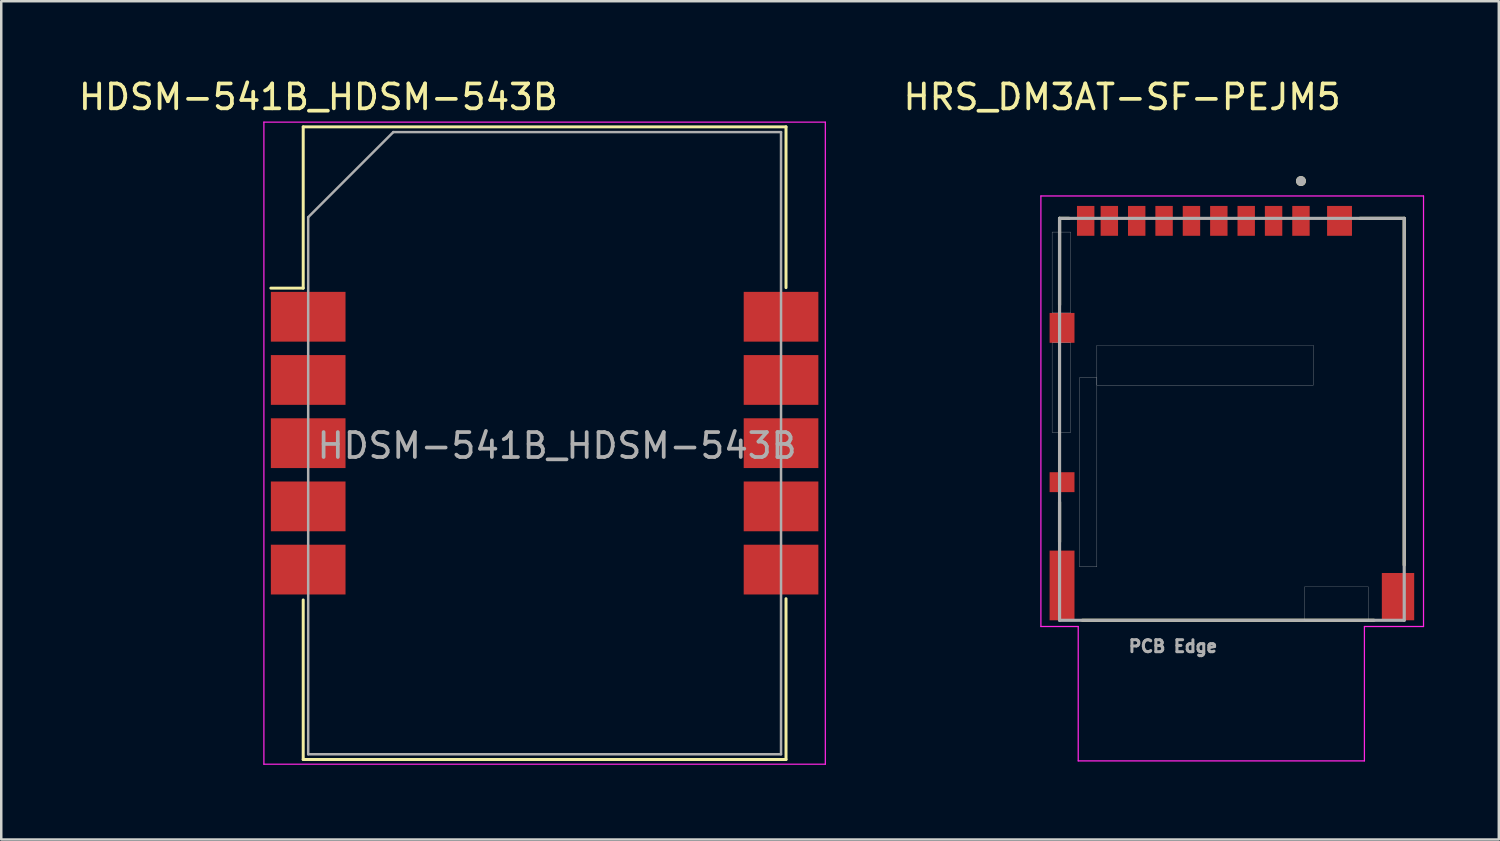
<source format=kicad_pcb>
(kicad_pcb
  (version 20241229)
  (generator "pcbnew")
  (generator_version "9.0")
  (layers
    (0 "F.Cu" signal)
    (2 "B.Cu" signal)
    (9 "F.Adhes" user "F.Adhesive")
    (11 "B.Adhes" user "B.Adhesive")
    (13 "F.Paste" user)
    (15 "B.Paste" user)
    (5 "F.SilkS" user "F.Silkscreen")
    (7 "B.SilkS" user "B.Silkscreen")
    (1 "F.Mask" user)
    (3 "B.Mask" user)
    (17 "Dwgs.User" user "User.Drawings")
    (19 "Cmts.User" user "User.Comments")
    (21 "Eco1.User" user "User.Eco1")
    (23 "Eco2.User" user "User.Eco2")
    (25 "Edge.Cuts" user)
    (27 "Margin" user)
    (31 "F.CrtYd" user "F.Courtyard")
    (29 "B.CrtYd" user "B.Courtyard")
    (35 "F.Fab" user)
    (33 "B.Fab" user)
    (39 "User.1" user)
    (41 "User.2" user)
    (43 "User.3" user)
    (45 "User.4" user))
  (footprint "HRS_DM3AT-SF-PEJM5"
    (layer "F.Cu")
    (at 46.451 13.8)
    (property "Reference" "HRS_DM3AT-SF-PEJM5" (at -4.412 -12.951 0) (layer "F.SilkS") (effects (font (size 1.002 1.002) (thickness 0.15))))
    (attr smd)
    (fp_line (start -6.925 -8.075) (end -6.545 -8.075) (stroke (width 0.127) (type solid)) (layer "F.SilkS"))
    (fp_line (start -6.925 -4.595) (end -6.925 -8.075) (stroke (width 0.127) (type solid)) (layer "F.SilkS"))
    (fp_line (start -6.925 4.925) (end -6.925 3.325) (stroke (width 0.127) (type solid)) (layer "F.SilkS"))
    (fp_line (start -6.005 8.075) (end 5.705 8.075) (stroke (width 0.127) (type solid)) (layer "F.SilkS"))
    (fp_line (start 5.145 -8.075) (end 6.925 -8.075) (stroke (width 0.127) (type solid)) (layer "F.SilkS"))
    (fp_line (start 6.925 -8.075) (end 6.925 5.855) (stroke (width 0.127) (type solid)) (layer "F.SilkS"))
    (fp_circle (center 2.775 -9.575) (end 2.875 -9.575) (stroke (width 0.2) (type solid)) (fill no) (layer "F.SilkS"))
    (fp_poly (pts (xy -7.225 -7.525) (xy -6.475 -7.525) (xy -6.475 -4.275) (xy -7.225 -4.275)) (stroke (width 0.01) (type solid)) (fill no) (layer "Dwgs.User"))
    (fp_poly (pts (xy -7.225 -3.075) (xy -6.475 -3.075) (xy -6.475 0.525) (xy -7.225 0.525)) (stroke (width 0.01) (type solid)) (fill no) (layer "Dwgs.User"))
    (fp_poly (pts (xy -6.125 -1.675) (xy -5.425 -1.675) (xy -5.425 5.925) (xy -6.125 5.925)) (stroke (width 0.01) (type solid)) (fill no) (layer "Dwgs.User"))
    (fp_poly (pts (xy -5.425 -2.975) (xy 3.275 -2.975) (xy 3.275 -1.375) (xy -5.425 -1.375)) (stroke (width 0.01) (type solid)) (fill no) (layer "Dwgs.User"))
    (fp_poly (pts (xy 2.925 6.725) (xy 5.475 6.725) (xy 5.475 8.075) (xy 2.925 8.075)) (stroke (width 0.01) (type solid)) (fill no) (layer "Dwgs.User"))
    (fp_line (start -7.675 -8.975) (end 7.7 -8.975) (stroke (width 0.05) (type solid)) (layer "F.CrtYd"))
    (fp_line (start -7.675 8.325) (end -7.675 -8.975) (stroke (width 0.05) (type solid)) (layer "F.CrtYd"))
    (fp_line (start -6.175 8.325) (end -7.675 8.325) (stroke (width 0.05) (type solid)) (layer "F.CrtYd"))
    (fp_line (start -6.175 13.725) (end -6.175 8.325) (stroke (width 0.05) (type solid)) (layer "F.CrtYd"))
    (fp_line (start 5.325 8.325) (end 5.325 13.725) (stroke (width 0.05) (type solid)) (layer "F.CrtYd"))
    (fp_line (start 5.325 13.725) (end -6.175 13.725) (stroke (width 0.05) (type solid)) (layer "F.CrtYd"))
    (fp_line (start 7.7 -8.975) (end 7.7 8.325) (stroke (width 0.05) (type solid)) (layer "F.CrtYd"))
    (fp_line (start 7.7 8.325) (end 5.325 8.325) (stroke (width 0.05) (type solid)) (layer "F.CrtYd"))
    (fp_line (start -6.925 -8.075) (end 6.925 -8.075) (stroke (width 0.127) (type solid)) (layer "F.Fab"))
    (fp_line (start -6.925 8.075) (end -6.925 -8.075) (stroke (width 0.127) (type solid)) (layer "F.Fab"))
    (fp_line (start 6.925 -8.075) (end 6.925 8.075) (stroke (width 0.127) (type solid)) (layer "F.Fab"))
    (fp_line (start 6.925 8.075) (end -6.925 8.075) (stroke (width 0.127) (type solid)) (layer "F.Fab"))
    (fp_circle (center 2.775 -9.575) (end 2.875 -9.575) (stroke (width 0.2) (type solid)) (fill no) (layer "F.Fab"))
    (fp_text user "PCB Edge" (at -2.368 9.12 0) (layer "F.Fab") (effects (font (size 0.481 0.481) (thickness 0.15))))
    (pad "1" smd rect (at 2.775 -7.975) (size 0.7 1.2) (layers "F.Cu" "F.Mask" "F.Paste"))
    (pad "2" smd rect (at 1.675 -7.975) (size 0.7 1.2) (layers "F.Cu" "F.Mask" "F.Paste"))
    (pad "3" smd rect (at 0.575 -7.975) (size 0.7 1.2) (layers "F.Cu" "F.Mask" "F.Paste"))
    (pad "4" smd rect (at -0.525 -7.975) (size 0.7 1.2) (layers "F.Cu" "F.Mask" "F.Paste"))
    (pad "5" smd rect (at -1.625 -7.975) (size 0.7 1.2) (layers "F.Cu" "F.Mask" "F.Paste"))
    (pad "6" smd rect (at -2.725 -7.975) (size 0.7 1.2) (layers "F.Cu" "F.Mask" "F.Paste"))
    (pad "7" smd rect (at -3.825 -7.975) (size 0.7 1.2) (layers "F.Cu" "F.Mask" "F.Paste"))
    (pad "8" smd rect (at -4.925 -7.975) (size 0.7 1.2) (layers "F.Cu" "F.Mask" "F.Paste"))
    (pad "SH" smd rect (at -6.825 -3.675) (size 1 1.2) (layers "F.Cu" "F.Mask" "F.Paste"))
    (pad "SH" smd rect (at -6.825 6.675) (size 1 2.8) (layers "F.Cu" "F.Mask" "F.Paste"))
    (pad "SH" smd rect (at 4.325 -7.975) (size 1 1.2) (layers "F.Cu" "F.Mask" "F.Paste"))
    (pad "SH" smd rect (at 6.675 7.125) (size 1.3 1.9) (layers "F.Cu" "F.Mask" "F.Paste"))
    (pad "SWA" smd rect (at -6.825 2.525) (size 1 0.8) (layers "F.Cu" "F.Mask" "F.Paste"))
    (pad "SWB" smd rect (at -5.875 -7.975) (size 0.7 1.2) (layers "F.Cu" "F.Mask" "F.Paste")))
  (footprint "HDSM-541B_HDSM-543B"
    (layer "F.Cu")
    (at 18.834 14.758)
    (property "Reference" "HDSM-541B_HDSM-543B" (at -9.09 -13.91 0) (layer "F.SilkS") (effects (font (size 1 1) (thickness 0.15))))
    (attr smd)
    (fp_line (start -11 -6.23) (end -9.7 -6.23) (stroke (width 0.12) (type solid)) (layer "F.SilkS"))
    (fp_line (start -9.7 -12.71) (end 9.7 -12.71) (stroke (width 0.12) (type solid)) (layer "F.SilkS"))
    (fp_line (start -9.7 -6.23) (end -9.7 -12.71) (stroke (width 0.12) (type solid)) (layer "F.SilkS"))
    (fp_line (start -9.7 6.3) (end -9.7 12.71) (stroke (width 0.12) (type solid)) (layer "F.SilkS"))
    (fp_line (start -9.7 12.71) (end 9.7 12.71) (stroke (width 0.12) (type solid)) (layer "F.SilkS"))
    (fp_line (start 9.7 -6.25) (end 9.7 -12.71) (stroke (width 0.12) (type solid)) (layer "F.SilkS"))
    (fp_line (start 9.7 6.25) (end 9.7 12.71) (stroke (width 0.12) (type solid)) (layer "F.SilkS"))
    (fp_line (start -11.28 -12.9) (end 11.28 -12.9) (stroke (width 0.05) (type solid)) (layer "F.CrtYd"))
    (fp_line (start -11.28 12.9) (end -11.28 -12.9) (stroke (width 0.05) (type solid)) (layer "F.CrtYd"))
    (fp_line (start 11.28 -12.9) (end 11.28 12.9) (stroke (width 0.05) (type solid)) (layer "F.CrtYd"))
    (fp_line (start 11.28 12.9) (end -11.28 12.9) (stroke (width 0.05) (type solid)) (layer "F.CrtYd"))
    (fp_line (start -9.5 -9.08) (end -6.08 -12.5) (stroke (width 0.1) (type solid)) (layer "F.Fab"))
    (fp_line (start -9.5 12.5) (end -9.5 -9.08) (stroke (width 0.1) (type solid)) (layer "F.Fab"))
    (fp_line (start -6.08 -12.5) (end 9.5 -12.5) (stroke (width 0.1) (type solid)) (layer "F.Fab"))
    (fp_line (start 9.5 -12.5) (end 9.5 12.5) (stroke (width 0.1) (type solid)) (layer "F.Fab"))
    (fp_line (start 9.5 12.5) (end -9.5 12.5) (stroke (width 0.1) (type solid)) (layer "F.Fab"))
    (fp_text user "${REFERENCE}" (at 0.5 0.1 0) (layer "F.Fab") (effects (font (size 1 1) (thickness 0.15))))
    (pad "1" smd rect (at -9.5 -5.08) (size 3 2) (layers "F.Cu" "F.Mask" "F.Paste"))
    (pad "2" smd rect (at -9.5 -2.54) (size 3 2) (layers "F.Cu" "F.Mask" "F.Paste"))
    (pad "3" smd rect (at -9.5 0) (size 3 2) (layers "F.Cu" "F.Mask" "F.Paste"))
    (pad "4" smd rect (at -9.5 2.54) (size 3 2) (layers "F.Cu" "F.Mask" "F.Paste"))
    (pad "5" smd rect (at -9.5 5.08) (size 3 2) (layers "F.Cu" "F.Mask" "F.Paste"))
    (pad "6" smd rect (at 9.5 5.08) (size 3 2) (layers "F.Cu" "F.Mask" "F.Paste"))
    (pad "7" smd rect (at 9.5 2.54) (size 3 2) (layers "F.Cu" "F.Mask" "F.Paste"))
    (pad "8" smd rect (at 9.5 0) (size 3 2) (layers "F.Cu" "F.Mask" "F.Paste"))
    (pad "9" smd rect (at 9.5 -2.54) (size 3 2) (layers "F.Cu" "F.Mask" "F.Paste"))
    (pad "10" smd rect (at 9.5 -5.08) (size 3 2) (layers "F.Cu" "F.Mask" "F.Paste")))
  (gr_rect
    (start -3 -3)
    (end 57.176 30.683)
    (stroke (width 0.1) (type default))
    (fill no)
    (layer "Edge.Cuts")))
</source>
